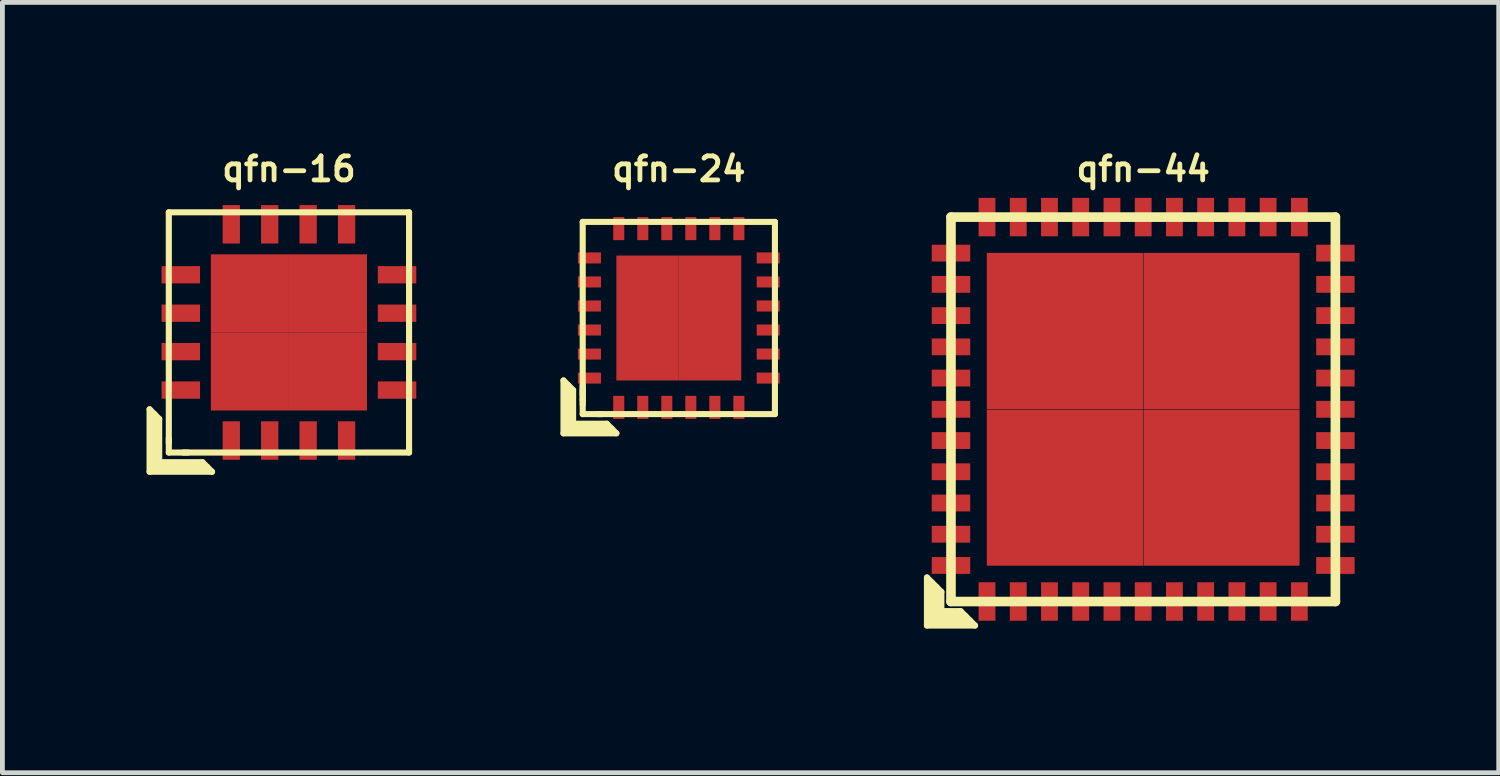
<source format=kicad_pcb>
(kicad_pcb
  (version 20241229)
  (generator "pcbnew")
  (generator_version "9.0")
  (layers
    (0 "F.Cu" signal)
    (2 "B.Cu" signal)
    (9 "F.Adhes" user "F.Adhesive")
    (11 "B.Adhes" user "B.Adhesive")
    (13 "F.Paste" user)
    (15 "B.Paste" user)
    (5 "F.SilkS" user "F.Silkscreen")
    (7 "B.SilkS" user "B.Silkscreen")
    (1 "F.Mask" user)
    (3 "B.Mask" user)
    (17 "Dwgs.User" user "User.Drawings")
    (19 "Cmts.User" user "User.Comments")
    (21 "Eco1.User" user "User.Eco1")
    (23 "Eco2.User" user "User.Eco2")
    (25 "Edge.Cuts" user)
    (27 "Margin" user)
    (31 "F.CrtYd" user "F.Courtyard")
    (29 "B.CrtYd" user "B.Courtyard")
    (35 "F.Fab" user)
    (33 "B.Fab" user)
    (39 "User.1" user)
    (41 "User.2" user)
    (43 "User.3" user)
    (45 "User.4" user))
  (footprint "qfn-16"
    (layer "F.Cu")
    (at 2.963 3.868)
    (property "Reference" "qfn-16" (at 0 -3.4 0) (layer "F.SilkS") (effects (font (size 0.5 0.5) (thickness 0.1))))
    (attr through_hole)
    (fp_line (start -2.9 1.6) (end -2.7 1.8) (stroke (width 0.127) (type solid)) (layer "F.SilkS"))
    (fp_line (start -2.9 2.9) (end -2.9 1.6) (stroke (width 0.127) (type solid)) (layer "F.SilkS"))
    (fp_line (start -2.8 1.7) (end -2.8 2.8) (stroke (width 0.127) (type solid)) (layer "F.SilkS"))
    (fp_line (start -2.8 2.8) (end -1.7 2.8) (stroke (width 0.127) (type solid)) (layer "F.SilkS"))
    (fp_line (start -2.7 1.8) (end -2.7 2.7) (stroke (width 0.127) (type solid)) (layer "F.SilkS"))
    (fp_line (start -2.7 2.7) (end -1.8 2.7) (stroke (width 0.127) (type solid)) (layer "F.SilkS"))
    (fp_line (start -2.5 -2.5) (end 2.5 -2.5) (stroke (width 0.127) (type solid)) (layer "F.SilkS"))
    (fp_line (start -2.5 2.2) (end -2.5 2.3) (stroke (width 0.127) (type solid)) (layer "F.SilkS"))
    (fp_line (start -2.5 2.5) (end -2.5 -2.5) (stroke (width 0.127) (type solid)) (layer "F.SilkS"))
    (fp_line (start -2.1 2.5) (end -2.2 2.5) (stroke (width 0.127) (type solid)) (layer "F.SilkS"))
    (fp_line (start -1.8 2.7) (end -1.6 2.9) (stroke (width 0.127) (type solid)) (layer "F.SilkS"))
    (fp_line (start -1.6 2.9) (end -2.9 2.9) (stroke (width 0.127) (type solid)) (layer "F.SilkS"))
    (fp_line (start 2.5 -2.5) (end 2.5 2.5) (stroke (width 0.127) (type solid)) (layer "F.SilkS"))
    (fp_line (start 2.5 2.5) (end -2.5 2.5) (stroke (width 0.127) (type solid)) (layer "F.SilkS"))
    (pad "1" smd rect (at -1.2 2.25) (size 0.36 0.8) (layers "F.Cu" "F.Mask" "F.Paste"))
    (pad "2" smd rect (at -0.4 2.25) (size 0.36 0.8) (layers "F.Cu" "F.Mask" "F.Paste"))
    (pad "3" smd rect (at 0.4 2.25) (size 0.36 0.8) (layers "F.Cu" "F.Mask" "F.Paste"))
    (pad "4" smd rect (at 1.2 2.25) (size 0.36 0.8) (layers "F.Cu" "F.Mask" "F.Paste"))
    (pad "5" smd rect (at 2.25 1.2) (size 0.8 0.36) (layers "F.Cu" "F.Mask" "F.Paste"))
    (pad "6" smd rect (at 2.25 0.4) (size 0.8 0.36) (layers "F.Cu" "F.Mask" "F.Paste"))
    (pad "7" smd rect (at 2.25 -0.4) (size 0.8 0.36) (layers "F.Cu" "F.Mask" "F.Paste"))
    (pad "8" smd rect (at 2.25 -1.2) (size 0.8 0.36) (layers "F.Cu" "F.Mask" "F.Paste"))
    (pad "9" smd rect (at 1.2 -2.25) (size 0.36 0.8) (layers "F.Cu" "F.Mask" "F.Paste"))
    (pad "10" smd rect (at 0.4 -2.25) (size 0.36 0.8) (layers "F.Cu" "F.Mask" "F.Paste"))
    (pad "11" smd rect (at -0.4 -2.25) (size 0.36 0.8) (layers "F.Cu" "F.Mask" "F.Paste"))
    (pad "12" smd rect (at -1.2 -2.25) (size 0.36 0.8) (layers "F.Cu" "F.Mask" "F.Paste"))
    (pad "13" smd rect (at -2.25 -1.2) (size 0.8 0.36) (layers "F.Cu" "F.Mask" "F.Paste"))
    (pad "14" smd rect (at -2.25 -0.4) (size 0.8 0.36) (layers "F.Cu" "F.Mask" "F.Paste"))
    (pad "15" smd rect (at -2.25 0.4) (size 0.8 0.36) (layers "F.Cu" "F.Mask" "F.Paste"))
    (pad "16" smd rect (at -2.25 1.2) (size 0.8 0.36) (layers "F.Cu" "F.Mask" "F.Paste"))
    (pad "17" smd rect (at -0.812 -0.812) (size 1.625 1.625) (layers "F.Cu" "F.Mask" "F.Paste"))
    (pad "17" smd rect (at -0.812 0.812) (size 1.625 1.625) (layers "F.Cu" "F.Mask" "F.Paste"))
    (pad "17" smd rect (at 0.812 -0.812) (size 1.625 1.625) (layers "F.Cu" "F.Mask" "F.Paste"))
    (pad "17" smd rect (at 0.812 0.812) (size 1.625 1.625) (layers "F.Cu" "F.Mask" "F.Paste")))
  (footprint "qfn-44"
    (layer "F.Cu")
    (at 20.741 5.468)
    (property "Reference" "qfn-44" (at 0 -5 0) (layer "F.SilkS") (effects (font (size 0.5 0.5) (thickness 0.1))))
    (attr through_hole)
    (fp_line (start -4.5 3.5) (end -4.5 4.5) (stroke (width 0.127) (type solid)) (layer "F.SilkS"))
    (fp_line (start -4.5 4.5) (end -3.5 4.5) (stroke (width 0.127) (type solid)) (layer "F.SilkS"))
    (fp_line (start -4.4 3.6) (end -4.4 4.4) (stroke (width 0.127) (type solid)) (layer "F.SilkS"))
    (fp_line (start -4.4 4.4) (end -3.6 4.4) (stroke (width 0.127) (type solid)) (layer "F.SilkS"))
    (fp_line (start -4.3 3.7) (end -4.3 4.3) (stroke (width 0.127) (type solid)) (layer "F.SilkS"))
    (fp_line (start -4.3 4.3) (end -3.7 4.3) (stroke (width 0.127) (type solid)) (layer "F.SilkS"))
    (fp_line (start -4.2 3.8) (end -4.5 3.5) (stroke (width 0.127) (type solid)) (layer "F.SilkS"))
    (fp_line (start -4.2 4.2) (end -4.2 3.8) (stroke (width 0.127) (type solid)) (layer "F.SilkS"))
    (fp_line (start -4 -4) (end -4 4) (stroke (width 0.2) (type solid)) (layer "F.SilkS"))
    (fp_line (start -4 3.7) (end -4 3.8) (stroke (width 0.127) (type solid)) (layer "F.SilkS"))
    (fp_line (start -4 4) (end 4 4) (stroke (width 0.2) (type solid)) (layer "F.SilkS"))
    (fp_line (start -3.8 4.2) (end -4.2 4.2) (stroke (width 0.127) (type solid)) (layer "F.SilkS"))
    (fp_line (start -3.6 4) (end -3.7 4) (stroke (width 0.127) (type solid)) (layer "F.SilkS"))
    (fp_line (start -3.5 4.5) (end -3.8 4.2) (stroke (width 0.127) (type solid)) (layer "F.SilkS"))
    (fp_line (start 4 -4) (end -4 -4) (stroke (width 0.2) (type solid)) (layer "F.SilkS"))
    (fp_line (start 4 4) (end 4 -4) (stroke (width 0.2) (type solid)) (layer "F.SilkS"))
    (pad "1" smd rect (at -3.25 4) (size 0.35 0.8) (layers "F.Cu" "F.Mask" "F.Paste"))
    (pad "2" smd rect (at -2.6 4) (size 0.35 0.8) (layers "F.Cu" "F.Mask" "F.Paste"))
    (pad "3" smd rect (at -1.95 4) (size 0.35 0.8) (layers "F.Cu" "F.Mask" "F.Paste"))
    (pad "4" smd rect (at -1.3 4) (size 0.35 0.8) (layers "F.Cu" "F.Mask" "F.Paste"))
    (pad "5" smd rect (at -0.65 4) (size 0.35 0.8) (layers "F.Cu" "F.Mask" "F.Paste"))
    (pad "6" smd rect (at 0 4) (size 0.35 0.8) (layers "F.Cu" "F.Mask" "F.Paste"))
    (pad "7" smd rect (at 0.65 4) (size 0.35 0.8) (layers "F.Cu" "F.Mask" "F.Paste"))
    (pad "8" smd rect (at 1.3 4) (size 0.35 0.8) (layers "F.Cu" "F.Mask" "F.Paste"))
    (pad "9" smd rect (at 1.95 4) (size 0.35 0.8) (layers "F.Cu" "F.Mask" "F.Paste"))
    (pad "10" smd rect (at 2.6 4) (size 0.35 0.8) (layers "F.Cu" "F.Mask" "F.Paste"))
    (pad "11" smd rect (at 3.25 4) (size 0.35 0.8) (layers "F.Cu" "F.Mask" "F.Paste"))
    (pad "12" smd rect (at 4 3.25) (size 0.8 0.35) (layers "F.Cu" "F.Mask" "F.Paste"))
    (pad "13" smd rect (at 4 2.6) (size 0.8 0.35) (layers "F.Cu" "F.Mask" "F.Paste"))
    (pad "14" smd rect (at 4 1.95) (size 0.8 0.35) (layers "F.Cu" "F.Mask" "F.Paste"))
    (pad "15" smd rect (at 4 1.3) (size 0.8 0.35) (layers "F.Cu" "F.Mask" "F.Paste"))
    (pad "16" smd rect (at 4 0.65) (size 0.8 0.35) (layers "F.Cu" "F.Mask" "F.Paste"))
    (pad "17" smd rect (at 4 0) (size 0.8 0.35) (layers "F.Cu" "F.Mask" "F.Paste"))
    (pad "18" smd rect (at 4 -0.65) (size 0.8 0.35) (layers "F.Cu" "F.Mask" "F.Paste"))
    (pad "19" smd rect (at 4 -1.3) (size 0.8 0.35) (layers "F.Cu" "F.Mask" "F.Paste"))
    (pad "20" smd rect (at 4 -1.95) (size 0.8 0.35) (layers "F.Cu" "F.Mask" "F.Paste"))
    (pad "21" smd rect (at 4 -2.6) (size 0.8 0.35) (layers "F.Cu" "F.Mask" "F.Paste"))
    (pad "22" smd rect (at 4 -3.25) (size 0.8 0.35) (layers "F.Cu" "F.Mask" "F.Paste"))
    (pad "23" smd rect (at 3.25 -4) (size 0.35 0.8) (layers "F.Cu" "F.Mask" "F.Paste"))
    (pad "24" smd rect (at 2.6 -4) (size 0.35 0.8) (layers "F.Cu" "F.Mask" "F.Paste"))
    (pad "25" smd rect (at 1.95 -4) (size 0.35 0.8) (layers "F.Cu" "F.Mask" "F.Paste"))
    (pad "26" smd rect (at 1.3 -4) (size 0.35 0.8) (layers "F.Cu" "F.Mask" "F.Paste"))
    (pad "27" smd rect (at 0.65 -4) (size 0.35 0.8) (layers "F.Cu" "F.Mask" "F.Paste"))
    (pad "28" smd rect (at 0 -4) (size 0.35 0.8) (layers "F.Cu" "F.Mask" "F.Paste"))
    (pad "29" smd rect (at -0.65 -4) (size 0.35 0.8) (layers "F.Cu" "F.Mask" "F.Paste"))
    (pad "30" smd rect (at -1.3 -4) (size 0.35 0.8) (layers "F.Cu" "F.Mask" "F.Paste"))
    (pad "31" smd rect (at -1.95 -4) (size 0.35 0.8) (layers "F.Cu" "F.Mask" "F.Paste"))
    (pad "32" smd rect (at -2.6 -4) (size 0.35 0.8) (layers "F.Cu" "F.Mask" "F.Paste"))
    (pad "33" smd rect (at -3.25 -4) (size 0.35 0.8) (layers "F.Cu" "F.Mask" "F.Paste"))
    (pad "34" smd rect (at -4 -3.25) (size 0.8 0.35) (layers "F.Cu" "F.Mask" "F.Paste"))
    (pad "35" smd rect (at -4 -2.6) (size 0.8 0.35) (layers "F.Cu" "F.Mask" "F.Paste"))
    (pad "36" smd rect (at -4 -1.95) (size 0.8 0.35) (layers "F.Cu" "F.Mask" "F.Paste"))
    (pad "37" smd rect (at -4 -1.3) (size 0.8 0.35) (layers "F.Cu" "F.Mask" "F.Paste"))
    (pad "38" smd rect (at -4 -0.65) (size 0.8 0.35) (layers "F.Cu" "F.Mask" "F.Paste"))
    (pad "39" smd rect (at -4 0) (size 0.8 0.35) (layers "F.Cu" "F.Mask" "F.Paste"))
    (pad "40" smd rect (at -4 0.65) (size 0.8 0.35) (layers "F.Cu" "F.Mask" "F.Paste"))
    (pad "41" smd rect (at -4 1.3) (size 0.8 0.35) (layers "F.Cu" "F.Mask" "F.Paste"))
    (pad "42" smd rect (at -4 1.95) (size 0.8 0.35) (layers "F.Cu" "F.Mask" "F.Paste"))
    (pad "43" smd rect (at -4 2.6) (size 0.8 0.35) (layers "F.Cu" "F.Mask" "F.Paste"))
    (pad "44" smd rect (at -4 3.25) (size 0.8 0.35) (layers "F.Cu" "F.Mask" "F.Paste"))
    (pad "45" smd rect (at -1.63 -1.63) (size 3.25 3.25) (layers "F.Cu" "F.Mask" "F.Paste"))
    (pad "45" smd rect (at -1.63 1.63) (size 3.25 3.25) (layers "F.Cu" "F.Mask" "F.Paste"))
    (pad "45" smd rect (at 1.63 -1.63) (size 3.25 3.25) (layers "F.Cu" "F.Mask" "F.Paste"))
    (pad "45" smd rect (at 1.63 1.63) (size 3.25 3.25) (layers "F.Cu" "F.Mask" "F.Paste")))
  (footprint "qfn-24"
    (layer "F.Cu")
    (at 11.077 3.568)
    (property "Reference" "qfn-24" (at 0 -3.1 0) (layer "F.SilkS") (effects (font (size 0.5 0.5) (thickness 0.1))))
    (attr through_hole)
    (fp_line (start -2.4 1.3) (end -2.2 1.5) (stroke (width 0.127) (type solid)) (layer "F.SilkS"))
    (fp_line (start -2.4 2.4) (end -2.4 1.3) (stroke (width 0.127) (type solid)) (layer "F.SilkS"))
    (fp_line (start -2.3 1.4) (end -2.3 2.3) (stroke (width 0.127) (type solid)) (layer "F.SilkS"))
    (fp_line (start -2.3 2.3) (end -1.4 2.3) (stroke (width 0.127) (type solid)) (layer "F.SilkS"))
    (fp_line (start -2.2 1.5) (end -2.2 2.2) (stroke (width 0.127) (type solid)) (layer "F.SilkS"))
    (fp_line (start -2.2 2.2) (end -1.5 2.2) (stroke (width 0.127) (type solid)) (layer "F.SilkS"))
    (fp_line (start -2 -2) (end 2 -2) (stroke (width 0.127) (type solid)) (layer "F.SilkS"))
    (fp_line (start -2 1.4) (end -2 1.6) (stroke (width 0.127) (type solid)) (layer "F.SilkS"))
    (fp_line (start -2 1.5) (end -2 1.7) (stroke (width 0.127) (type solid)) (layer "F.SilkS"))
    (fp_line (start -2 1.7) (end -2 1.8) (stroke (width 0.127) (type solid)) (layer "F.SilkS"))
    (fp_line (start -2 2) (end -2 -2) (stroke (width 0.127) (type solid)) (layer "F.SilkS"))
    (fp_line (start -1.6 2) (end -1.7 2) (stroke (width 0.127) (type solid)) (layer "F.SilkS"))
    (fp_line (start -1.5 2.2) (end -1.3 2.4) (stroke (width 0.127) (type solid)) (layer "F.SilkS"))
    (fp_line (start -1.3 2.4) (end -2.4 2.4) (stroke (width 0.127) (type solid)) (layer "F.SilkS"))
    (fp_line (start 2 -2) (end 2 2) (stroke (width 0.127) (type solid)) (layer "F.SilkS"))
    (fp_line (start 2 2) (end -2 2) (stroke (width 0.127) (type solid)) (layer "F.SilkS"))
    (pad "1" smd rect (at -1.25 1.86) (size 0.23 0.48) (layers "F.Cu" "F.Mask" "F.Paste"))
    (pad "2" smd rect (at -0.75 1.86) (size 0.23 0.48) (layers "F.Cu" "F.Mask" "F.Paste"))
    (pad "3" smd rect (at -0.25 1.86) (size 0.23 0.48) (layers "F.Cu" "F.Mask" "F.Paste"))
    (pad "4" smd rect (at 0.25 1.86) (size 0.23 0.48) (layers "F.Cu" "F.Mask" "F.Paste"))
    (pad "5" smd rect (at 0.75 1.86) (size 0.23 0.48) (layers "F.Cu" "F.Mask" "F.Paste"))
    (pad "6" smd rect (at 1.25 1.86) (size 0.23 0.48) (layers "F.Cu" "F.Mask" "F.Paste"))
    (pad "7" smd rect (at 1.86 1.25) (size 0.48 0.23) (layers "F.Cu" "F.Mask" "F.Paste"))
    (pad "8" smd rect (at 1.86 0.75) (size 0.48 0.23) (layers "F.Cu" "F.Mask" "F.Paste"))
    (pad "9" smd rect (at 1.86 0.25) (size 0.48 0.23) (layers "F.Cu" "F.Mask" "F.Paste"))
    (pad "10" smd rect (at 1.86 -0.25) (size 0.48 0.23) (layers "F.Cu" "F.Mask" "F.Paste"))
    (pad "11" smd rect (at 1.86 -0.75) (size 0.48 0.23) (layers "F.Cu" "F.Mask" "F.Paste"))
    (pad "12" smd rect (at 1.86 -1.25) (size 0.48 0.23) (layers "F.Cu" "F.Mask" "F.Paste"))
    (pad "13" smd rect (at 1.25 -1.86) (size 0.23 0.48) (layers "F.Cu" "F.Mask" "F.Paste"))
    (pad "14" smd rect (at 0.75 -1.86) (size 0.23 0.48) (layers "F.Cu" "F.Mask" "F.Paste"))
    (pad "15" smd rect (at 0.25 -1.86) (size 0.23 0.48) (layers "F.Cu" "F.Mask" "F.Paste"))
    (pad "16" smd rect (at -0.25 -1.86) (size 0.23 0.48) (layers "F.Cu" "F.Mask" "F.Paste"))
    (pad "17" smd rect (at -0.75 -1.86) (size 0.23 0.48) (layers "F.Cu" "F.Mask" "F.Paste"))
    (pad "18" smd rect (at -1.25 -1.86) (size 0.23 0.48) (layers "F.Cu" "F.Mask" "F.Paste"))
    (pad "19" smd rect (at -1.86 -1.25) (size 0.48 0.23) (layers "F.Cu" "F.Mask" "F.Paste"))
    (pad "20" smd rect (at -1.86 -0.75) (size 0.48 0.23) (layers "F.Cu" "F.Mask" "F.Paste"))
    (pad "21" smd rect (at -1.86 -0.25) (size 0.48 0.23) (layers "F.Cu" "F.Mask" "F.Paste"))
    (pad "22" smd rect (at -1.86 0.25) (size 0.48 0.23) (layers "F.Cu" "F.Mask" "F.Paste"))
    (pad "23" smd rect (at -1.86 0.75) (size 0.48 0.23) (layers "F.Cu" "F.Mask" "F.Paste"))
    (pad "24" smd rect (at -1.86 1.25) (size 0.48 0.23) (layers "F.Cu" "F.Mask" "F.Paste"))
    (pad "25" smd rect (at -0.65 -0.65) (size 1.3 1.3) (layers "F.Cu" "F.Mask" "F.Paste"))
    (pad "25" smd rect (at -0.65 0.65) (size 1.3 1.3) (layers "F.Cu" "F.Mask" "F.Paste"))
    (pad "25" smd rect (at 0.65 -0.65) (size 1.3 1.3) (layers "F.Cu" "F.Mask" "F.Paste"))
    (pad "25" smd rect (at 0.65 0.65) (size 1.3 1.3) (layers "F.Cu" "F.Mask" "F.Paste")))
  (gr_rect
    (start -3 -3)
    (end 28.14 13.031)
    (stroke (width 0.1) (type default))
    (fill no)
    (layer "Edge.Cuts")))
</source>
